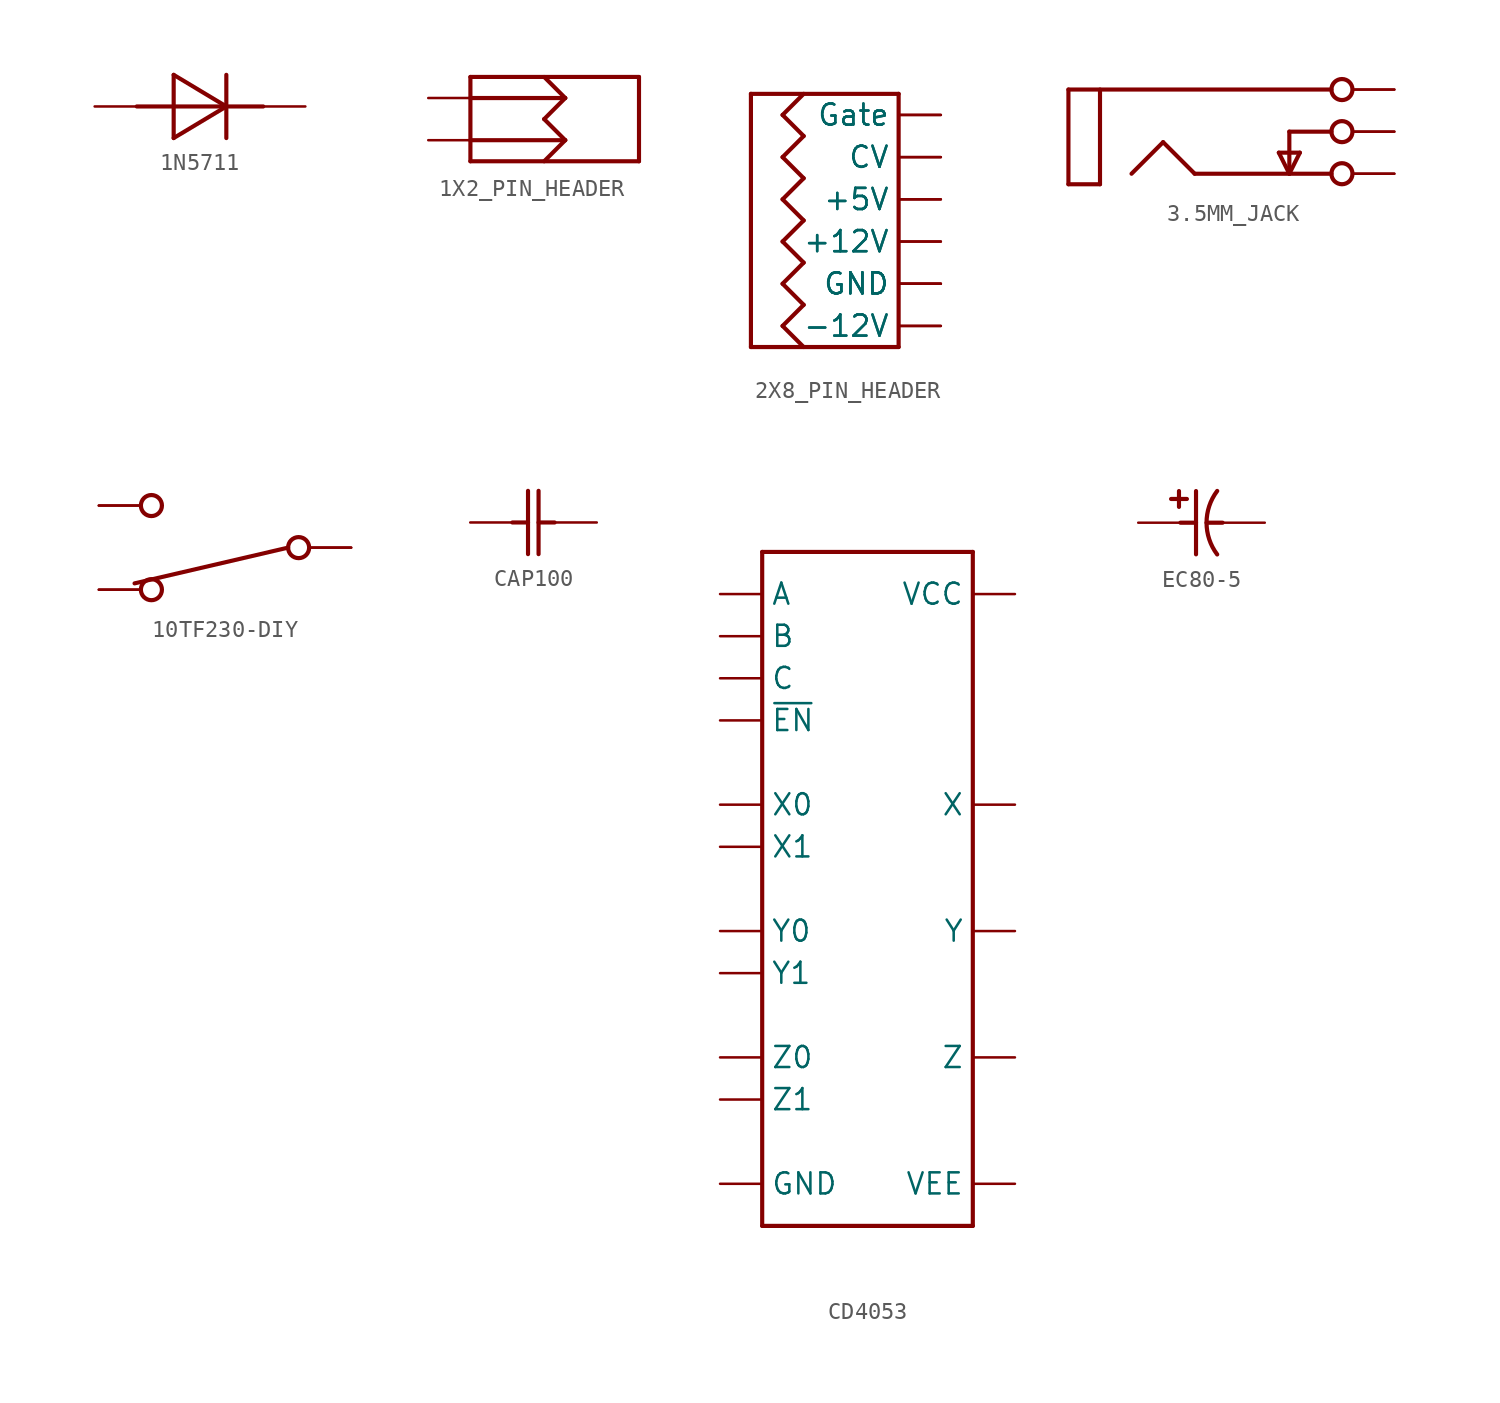
<source format=kicad_sym>
(kicad_symbol_lib
  (version 20231120)
  (generator "kicad_symbol_editor")
  (generator_version "8.0")
  (symbol "1N5711"
    (property "Reference" "D"
      (at 0 0 0)
      (effects (font (size 1.27 1.27)) (hide yes)))
    (property "ki_locked" ""
      (at 0 0 0)
      (effects (font (size 1.27 1.27))))
    (symbol "1N5711_1_0"
      (polyline (pts (xy -3.81 0) (xy -1.587 0)) (stroke (width 0.25) (type solid)) (fill (type none)))
      (polyline (pts (xy -1.587 -1.905) (xy 1.587 0)) (stroke (width 0.25) (type solid)) (fill (type none)))
      (polyline (pts (xy -1.587 0) (xy 1.587 0)) (stroke (width 0.25) (type solid)) (fill (type none)))
      (polyline (pts (xy -1.587 1.905) (xy -1.587 -1.905)) (stroke (width 0.25) (type solid)) (fill (type none)))
      (polyline (pts (xy -1.587 1.905) (xy 1.587 0)) (stroke (width 0.25) (type solid)) (fill (type none)))
      (polyline (pts (xy 1.587 1.905) (xy 1.587 -1.905)) (stroke (width 0.25) (type solid)) (fill (type none)))
      (polyline (pts (xy 3.81 0) (xy 1.587 0)) (stroke (width 0.25) (type solid)) (fill (type none)))
      (pin passive line (at 6.35 0 180) (length 2.54) (name "K" (effects (font (size 0 0)))) (number "1" (effects (font (size 0 0)))))
      (pin passive line (at -6.35 0 0) (length 2.54) (name "A" (effects (font (size 0 0)))) (number "2" (effects (font (size 0 0)))))))
  (symbol "1X2_PIN_HEADER"
    (property "Reference" "J"
      (at 0 0 0)
      (effects (font (size 1.27 1.27)) (hide yes)))
    (property "ki_locked" ""
      (at 0 0 0)
      (effects (font (size 1.27 1.27))))
    (symbol "1X2_PIN_HEADER_1_0"
      (polyline (pts (xy -5.08 -2.54) (xy -5.08 2.54)) (stroke (width 0.25) (type solid)) (fill (type none)))
      (polyline (pts (xy -5.08 2.54) (xy 5.08 2.54)) (stroke (width 0.25) (type solid)) (fill (type none)))
      (polyline (pts (xy 0.635 -1.27) (xy -5.08 -1.27)) (stroke (width 0.25) (type solid)) (fill (type none)))
      (polyline (pts (xy 0.635 -1.27) (xy -0.635 -2.54)) (stroke (width 0.25) (type solid)) (fill (type none)))
      (polyline (pts (xy 0.635 -1.27) (xy -0.635 0)) (stroke (width 0.25) (type solid)) (fill (type none)))
      (polyline (pts (xy 0.635 1.27) (xy -5.08 1.27)) (stroke (width 0.25) (type solid)) (fill (type none)))
      (polyline (pts (xy 0.635 1.27) (xy -0.635 0)) (stroke (width 0.25) (type solid)) (fill (type none)))
      (polyline (pts (xy 0.635 1.27) (xy -0.635 2.54)) (stroke (width 0.25) (type solid)) (fill (type none)))
      (polyline (pts (xy 5.08 -2.54) (xy -5.08 -2.54)) (stroke (width 0.25) (type solid)) (fill (type none)))
      (polyline (pts (xy 5.08 2.54) (xy 5.08 -2.54)) (stroke (width 0.25) (type solid)) (fill (type none)))
      (pin passive line (at -7.62 1.27 0) (length 2.54) (name "P1" (effects (font (size 0 0)))) (number "1" (effects (font (size 0 0)))))
      (pin passive line (at -7.62 -1.27 0) (length 2.54) (name "P2" (effects (font (size 0 0)))) (number "2" (effects (font (size 0 0)))))))
  (symbol "2X8_PIN_HEADER"
    (property "Reference" "J"
      (at 0 0 0)
      (effects (font (size 1.27 1.27)) (hide yes)))
    (property "ki_locked" ""
      (at 0 0 0)
      (effects (font (size 1.27 1.27))))
    (symbol "2X8_PIN_HEADER_1_0"
      (polyline (pts (xy -4.445 -7.62) (xy -4.445 7.62)) (stroke (width 0.25) (type solid)) (fill (type none)))
      (polyline (pts (xy -4.445 7.62) (xy 4.445 7.62)) (stroke (width 0.25) (type solid)) (fill (type none)))
      (polyline (pts (xy -2.54 -6.35) (xy -1.27 -7.62)) (stroke (width 0.25) (type solid)) (fill (type none)))
      (polyline (pts (xy -2.54 -6.35) (xy -1.27 -5.08)) (stroke (width 0.25) (type solid)) (fill (type none)))
      (polyline (pts (xy -2.54 -3.81) (xy -1.27 -5.08)) (stroke (width 0.25) (type solid)) (fill (type none)))
      (polyline (pts (xy -2.54 -3.81) (xy -1.27 -2.54)) (stroke (width 0.25) (type solid)) (fill (type none)))
      (polyline (pts (xy -2.54 -1.27) (xy -1.27 -2.54)) (stroke (width 0.25) (type solid)) (fill (type none)))
      (polyline (pts (xy -2.54 -1.27) (xy -1.27 0)) (stroke (width 0.25) (type solid)) (fill (type none)))
      (polyline (pts (xy -2.54 1.27) (xy -1.27 0)) (stroke (width 0.25) (type solid)) (fill (type none)))
      (polyline (pts (xy -2.54 1.27) (xy -1.27 2.54)) (stroke (width 0.25) (type solid)) (fill (type none)))
      (polyline (pts (xy -2.54 3.81) (xy -1.27 2.54)) (stroke (width 0.25) (type solid)) (fill (type none)))
      (polyline (pts (xy -2.54 3.81) (xy -1.27 5.08)) (stroke (width 0.25) (type solid)) (fill (type none)))
      (polyline (pts (xy -2.54 6.35) (xy -1.27 5.08)) (stroke (width 0.25) (type solid)) (fill (type none)))
      (polyline (pts (xy -2.54 6.35) (xy -1.27 7.62)) (stroke (width 0.25) (type solid)) (fill (type none)))
      (polyline (pts (xy 4.445 -7.62) (xy -4.445 -7.62)) (stroke (width 0.25) (type solid)) (fill (type none)))
      (polyline (pts (xy 4.445 7.62) (xy 4.445 -7.62)) (stroke (width 0.25) (type solid)) (fill (type none)))
      (pin passive line (at 6.985 -6.35 180) (length 2.54) (name "-12V" (effects (font (size 1.27 1.27)))) (number "1" (effects (font (size 0 0)))))
      (pin passive line (at 6.985 -1.27 180) (length 2.54) (name "+12V" (effects (font (size 1.27 1.27)))) (number "10" (effects (font (size 0 0)))))
      (pin passive line (at 6.985 1.27 180) (length 2.54) (name "+5V" (effects (font (size 1.27 1.27)))) (number "11" (effects (font (size 0 0)))))
      (pin passive line (at 6.985 1.27 180) (length 2.54) (name "+5V" (effects (font (size 1.27 1.27)))) (number "12" (effects (font (size 0 0)))))
      (pin passive line (at 6.985 3.81 180) (length 2.54) (name "CV" (effects (font (size 1.27 1.27)))) (number "13" (effects (font (size 0 0)))))
      (pin passive line (at 6.985 3.81 180) (length 2.54) (name "CV" (effects (font (size 1.27 1.27)))) (number "14" (effects (font (size 0 0)))))
      (pin passive line (at 6.985 6.35 180) (length 2.54) (name "Gate" (effects (font (size 1.27 1.27)))) (number "15" (effects (font (size 0 0)))))
      (pin passive line (at 6.985 6.35 180) (length 2.54) (name "Gate" (effects (font (size 1.27 1.27)))) (number "16" (effects (font (size 0 0)))))
      (pin passive line (at 6.985 -6.35 180) (length 2.54) (name "-12V" (effects (font (size 1.27 1.27)))) (number "2" (effects (font (size 0 0)))))
      (pin passive line (at 6.985 -3.81 180) (length 2.54) (name "GND" (effects (font (size 1.27 1.27)))) (number "3" (effects (font (size 0 0)))))
      (pin passive line (at 6.985 -3.81 180) (length 2.54) (name "GND" (effects (font (size 1.27 1.27)))) (number "4" (effects (font (size 0 0)))))
      (pin passive line (at 6.985 -3.81 180) (length 2.54) (name "GND" (effects (font (size 1.27 1.27)))) (number "5" (effects (font (size 0 0)))))
      (pin passive line (at 6.985 -1.27 180) (length 2.54) (name "+12V" (effects (font (size 1.27 1.27)))) (number "9" (effects (font (size 0 0)))))))
  (symbol "3.5MM_JACK"
    (property "Reference" "J"
      (at 0 0 0)
      (effects (font (size 1.27 1.27)) (hide yes)))
    (property "ki_locked" ""
      (at 0 0 0)
      (effects (font (size 1.27 1.27))))
    (symbol "3.5MM_JACK_1_0"
      (polyline (pts (xy -8.573 -3.175) (xy -8.573 2.54)) (stroke (width 0.25) (type solid)) (fill (type none)))
      (polyline (pts (xy -8.573 -3.175) (xy -6.667 -3.175)) (stroke (width 0.25) (type solid)) (fill (type none)))
      (polyline (pts (xy -8.573 2.54) (xy 7.302 2.54)) (stroke (width 0.25) (type solid)) (fill (type none)))
      (polyline (pts (xy -6.667 -3.175) (xy -6.667 2.54)) (stroke (width 0.25) (type solid)) (fill (type none)))
      (polyline (pts (xy -4.763 -2.54) (xy -2.858 -0.635)) (stroke (width 0.25) (type solid)) (fill (type none)))
      (polyline (pts (xy -2.858 -0.635) (xy -0.953 -2.54)) (stroke (width 0.25) (type solid)) (fill (type none)))
      (polyline (pts (xy -0.953 -2.54) (xy 7.302 -2.54)) (stroke (width 0.25) (type solid)) (fill (type none)))
      (polyline (pts (xy 4.128 -1.27) (xy 4.762 -2.54)) (stroke (width 0.25) (type solid)) (fill (type none)))
      (polyline (pts (xy 4.762 -2.54) (xy 4.762 0)) (stroke (width 0.25) (type solid)) (fill (type none)))
      (polyline (pts (xy 4.762 -2.54) (xy 5.397 -1.27)) (stroke (width 0.25) (type solid)) (fill (type none)))
      (polyline (pts (xy 4.762 0) (xy 7.302 0)) (stroke (width 0.25) (type solid)) (fill (type none)))
      (polyline (pts (xy 5.397 -1.27) (xy 4.128 -1.27)) (stroke (width 0.25) (type solid)) (fill (type none)))
      (circle (center 7.938 -2.54) (radius 0.635) (stroke (width 0.254) (type solid)) (fill (type none)))
      (circle (center 7.938 0) (radius 0.635) (stroke (width 0.254) (type solid)) (fill (type none)))
      (circle (center 7.938 2.54) (radius 0.635) (stroke (width 0.254) (type solid)) (fill (type none)))
      (pin passive line (at 11.1 2.54 180) (length 2.54) (name "Sleeve" (effects (font (size 0 0)))) (number "1A" (effects (font (size 0 0)))))
      (pin passive line (at 11.1 2.54 180) (length 2.54) (name "Sleeve" (effects (font (size 0 0)))) (number "1B" (effects (font (size 0 0)))))
      (pin passive line (at 11.1 0 180) (length 2.54) (name "Switch" (effects (font (size 0 0)))) (number "2A" (effects (font (size 0 0)))))
      (pin passive line (at 11.1 0 180) (length 2.54) (name "Switch" (effects (font (size 0 0)))) (number "2B" (effects (font (size 0 0)))))
      (pin passive line (at 11.1 -2.54 180) (length 2.54) (name "Tip" (effects (font (size 0 0)))) (number "3A" (effects (font (size 0 0)))))
      (pin passive line (at 11.1 -2.54 180) (length 2.54) (name "Tip" (effects (font (size 0 0)))) (number "3B" (effects (font (size 0 0)))))))
  (symbol "10TF230-DIY"
    (property "Reference" "S"
      (at 0 0 0)
      (effects (font (size 1.27 1.27)) (hide yes)))
    (property "ki_locked" ""
      (at 0 0 0)
      (effects (font (size 1.27 1.27))))
    (symbol "10TF230-DIY_1_0"
      (circle (center -4.254 -2.54) (radius 0.635) (stroke (width 0.254) (type solid)) (fill (type none)))
      (circle (center -4.254 2.54) (radius 0.635) (stroke (width 0.254) (type solid)) (fill (type none)))
      (polyline (pts (xy 4.001 0) (xy -5.271 -2.159)) (stroke (width 0.25) (type solid)) (fill (type none)))
      (circle (center 4.636 0) (radius 0.635) (stroke (width 0.254) (type solid)) (fill (type none)))
      (pin passive line (at -7.43 -2.54 0) (length 2.54) (name "C3" (effects (font (size 0 0)))) (number "1" (effects (font (size 0 0)))))
      (pin passive line (at -7.43 -2.54 0) (length 2.54) (name "C3" (effects (font (size 0 0)))) (number "1B" (effects (font (size 0 0)))))
      (pin passive line (at 7.81 0 180) (length 2.54) (name "C1" (effects (font (size 0 0)))) (number "2" (effects (font (size 0 0)))))
      (pin passive line (at 7.81 0 180) (length 2.54) (name "C1" (effects (font (size 0 0)))) (number "2B" (effects (font (size 0 0)))))
      (pin passive line (at -7.43 2.54 0) (length 2.54) (name "C2" (effects (font (size 0 0)))) (number "3" (effects (font (size 0 0)))))
      (pin passive line (at -7.43 2.54 0) (length 2.54) (name "C2" (effects (font (size 0 0)))) (number "3B" (effects (font (size 0 0)))))))
  (symbol "CAP100"
    (property "Reference" "C"
      (at 0 0 0)
      (effects (font (size 1.27 1.27)) (hide yes)))
    (property "ki_locked" ""
      (at 0 0 0)
      (effects (font (size 1.27 1.27))))
    (symbol "CAP100_1_0"
      (polyline (pts (xy -1.27 0) (xy -0.33 0)) (stroke (width 0.25) (type solid)) (fill (type none)))
      (polyline (pts (xy -0.33 -1.905) (xy -0.33 1.905)) (stroke (width 0.25) (type solid)) (fill (type none)))
      (polyline (pts (xy 0.305 -1.905) (xy 0.305 1.905)) (stroke (width 0.25) (type solid)) (fill (type none)))
      (polyline (pts (xy 0.305 0) (xy 1.27 0)) (stroke (width 0.25) (type solid)) (fill (type none)))
      (pin passive line (at -3.81 0 0) (length 2.54) (name "1" (effects (font (size 0 0)))) (number "1" (effects (font (size 0 0)))))
      (pin passive line (at 3.81 0 180) (length 2.54) (name "2" (effects (font (size 0 0)))) (number "2" (effects (font (size 0 0)))))))
  (symbol "CD4053"
    (property "Reference" "U"
      (at 0 0 0)
      (effects (font (size 1.27 1.27)) (hide yes)))
    (property "ki_locked" ""
      (at 0 0 0)
      (effects (font (size 1.27 1.27))))
    (symbol "CD4053_1_0"
      (polyline (pts (xy -6.35 -20.32) (xy -6.35 20.32)) (stroke (width 0.25) (type solid)) (fill (type none)))
      (polyline (pts (xy -6.35 20.32) (xy 6.35 20.32)) (stroke (width 0.25) (type solid)) (fill (type none)))
      (polyline (pts (xy 6.35 -20.32) (xy -6.35 -20.32)) (stroke (width 0.25) (type solid)) (fill (type none)))
      (polyline (pts (xy 6.35 20.32) (xy 6.35 -20.32)) (stroke (width 0.25) (type solid)) (fill (type none)))
      (pin bidirectional line (at -8.89 -5.08 0) (length 2.54) (name "Y1" (effects (font (size 1.27 1.27)))) (number "1" (effects (font (size 0 0)))))
      (pin input line (at -8.89 15.24 0) (length 2.54) (name "B" (effects (font (size 1.27 1.27)))) (number "10" (effects (font (size 0 0)))))
      (pin input line (at -8.89 17.78 0) (length 2.54) (name "A" (effects (font (size 1.27 1.27)))) (number "11" (effects (font (size 0 0)))))
      (pin bidirectional line (at -8.89 5.08 0) (length 2.54) (name "X0" (effects (font (size 1.27 1.27)))) (number "12" (effects (font (size 0 0)))))
      (pin bidirectional line (at -8.89 2.54 0) (length 2.54) (name "X1" (effects (font (size 1.27 1.27)))) (number "13" (effects (font (size 0 0)))))
      (pin bidirectional line (at 8.89 5.08 180) (length 2.54) (name "X" (effects (font (size 1.27 1.27)))) (number "14" (effects (font (size 0 0)))))
      (pin bidirectional line (at 8.89 -2.54 180) (length 2.54) (name "Y" (effects (font (size 1.27 1.27)))) (number "15" (effects (font (size 0 0)))))
      (pin power_in line (at 8.89 17.78 180) (length 2.54) (name "VCC" (effects (font (size 1.27 1.27)))) (number "16" (effects (font (size 0 0)))))
      (pin bidirectional line (at -8.89 -2.54 0) (length 2.54) (name "Y0" (effects (font (size 1.27 1.27)))) (number "2" (effects (font (size 0 0)))))
      (pin bidirectional line (at -8.89 -12.7 0) (length 2.54) (name "Z1" (effects (font (size 1.27 1.27)))) (number "3" (effects (font (size 0 0)))))
      (pin bidirectional line (at 8.89 -10.16 180) (length 2.54) (name "Z" (effects (font (size 1.27 1.27)))) (number "4" (effects (font (size 0 0)))))
      (pin bidirectional line (at -8.89 -10.16 0) (length 2.54) (name "Z0" (effects (font (size 1.27 1.27)))) (number "5" (effects (font (size 0 0)))))
      (pin input line (at -8.89 10.16 0) (length 2.54) (name "~{EN}" (effects (font (size 1.27 1.27)))) (number "6" (effects (font (size 0 0)))))
      (pin power_in line (at 8.89 -17.78 180) (length 2.54) (name "VEE" (effects (font (size 1.27 1.27)))) (number "7" (effects (font (size 0 0)))))
      (pin power_in line (at -8.89 -17.78 0) (length 2.54) (name "GND" (effects (font (size 1.27 1.27)))) (number "8" (effects (font (size 0 0)))))
      (pin input line (at -8.89 12.7 0) (length 2.54) (name "C" (effects (font (size 1.27 1.27)))) (number "9" (effects (font (size 0 0)))))))
  (symbol "EC80-5"
    (property "Reference" "C"
      (at 0 0 0)
      (effects (font (size 1.27 1.27)) (hide yes)))
    (property "ki_locked" ""
      (at 0 0 0)
      (effects (font (size 1.27 1.27))))
    (symbol "EC80-5_1_0"
      (polyline (pts (xy -1.075 1.905) (xy -1.075 0.952)) (stroke (width 0.25) (type solid)) (fill (type none)))
      (polyline (pts (xy -0.989 0) (xy -0.049 0)) (stroke (width 0.25) (type solid)) (fill (type none)))
      (polyline (pts (xy -0.599 1.429) (xy -1.551 1.429)) (stroke (width 0.25) (type solid)) (fill (type none)))
      (polyline (pts (xy -0.049 -1.905) (xy -0.049 1.905)) (stroke (width 0.25) (type solid)) (fill (type none)))
      (polyline (pts (xy 0.586 0) (xy 1.551 0)) (stroke (width 0.25) (type solid)) (fill (type none)))
      (arc (start 1.225 1.911) (mid 0.5854 0.0001) (end 1.2249 -1.9109) (stroke (width 0.254) (type solid)) (fill (type none)))
      (pin passive line (at -3.529 0 0) (length 2.54) (name "PLUS" (effects (font (size 0 0)))) (number "1" (effects (font (size 0 0)))))
      (pin passive line (at 4.091 0 180) (length 2.54) (name "MINUS" (effects (font (size 0 0)))) (number "2" (effects (font (size 0 0))))))))
</source>
